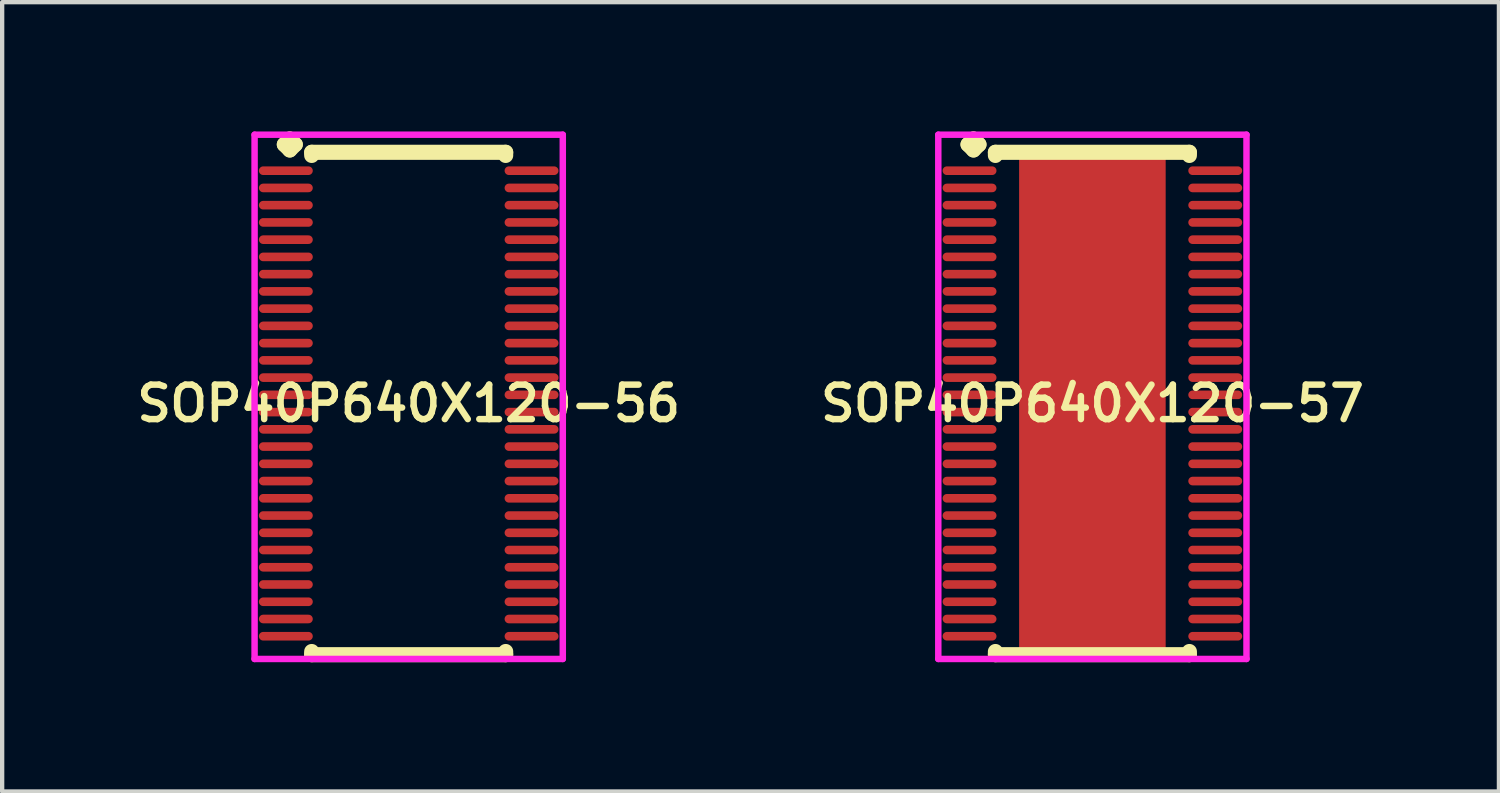
<source format=kicad_pcb>
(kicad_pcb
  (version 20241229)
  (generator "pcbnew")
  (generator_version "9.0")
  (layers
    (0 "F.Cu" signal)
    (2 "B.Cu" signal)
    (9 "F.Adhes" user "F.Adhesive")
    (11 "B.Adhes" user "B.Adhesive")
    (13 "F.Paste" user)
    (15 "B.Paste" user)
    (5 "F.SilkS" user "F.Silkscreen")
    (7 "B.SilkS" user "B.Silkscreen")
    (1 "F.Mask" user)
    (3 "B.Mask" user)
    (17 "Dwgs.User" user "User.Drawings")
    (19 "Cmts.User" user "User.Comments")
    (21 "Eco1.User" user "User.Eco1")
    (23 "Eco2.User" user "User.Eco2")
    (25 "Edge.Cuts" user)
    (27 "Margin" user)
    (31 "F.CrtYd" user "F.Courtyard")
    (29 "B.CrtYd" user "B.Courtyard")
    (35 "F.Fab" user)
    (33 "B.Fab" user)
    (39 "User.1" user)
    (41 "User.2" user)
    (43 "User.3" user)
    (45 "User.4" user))
  (footprint "SOP40P640X120-57"
    (layer "F.Cu")
    (at 22.292 6.31)
    (property "Reference" "SOP40P640X120-57" (at 0 0 0) (layer "F.SilkS") (effects (font (size 0.8 0.8) (thickness 0.15))))
    (attr through_hole)
    (fp_line (start -2.885 -6.008) (end -2.758 -6.135) (stroke (width 0.35) (type solid)) (layer "F.SilkS"))
    (fp_line (start -2.758 -6.135) (end -2.631 -6.008) (stroke (width 0.35) (type solid)) (layer "F.SilkS"))
    (fp_line (start -2.758 -5.881) (end -2.885 -6.008) (stroke (width 0.35) (type solid)) (layer "F.SilkS"))
    (fp_line (start -2.631 -6.008) (end -2.758 -5.881) (stroke (width 0.35) (type solid)) (layer "F.SilkS"))
    (fp_line (start -2.25 -5.827) (end 2.25 -5.827) (stroke (width 0.35) (type solid)) (layer "F.SilkS"))
    (fp_line (start -2.25 -5.754) (end -2.25 -5.827) (stroke (width 0.35) (type solid)) (layer "F.SilkS"))
    (fp_line (start -2.25 5.754) (end -2.25 5.827) (stroke (width 0.35) (type solid)) (layer "F.SilkS"))
    (fp_line (start -2.25 5.827) (end 2.25 5.827) (stroke (width 0.35) (type solid)) (layer "F.SilkS"))
    (fp_line (start 2.25 -5.827) (end 2.25 -5.754) (stroke (width 0.35) (type solid)) (layer "F.SilkS"))
    (fp_line (start 2.25 5.827) (end 2.25 5.754) (stroke (width 0.35) (type solid)) (layer "F.SilkS"))
    (fp_line (start -3.575 -6.235) (end 3.575 -6.235) (stroke (width 0.15) (type solid)) (layer "F.CrtYd"))
    (fp_line (start -3.575 5.927) (end -3.575 -6.235) (stroke (width 0.15) (type solid)) (layer "F.CrtYd"))
    (fp_line (start 3.575 -6.235) (end 3.575 5.927) (stroke (width 0.15) (type solid)) (layer "F.CrtYd"))
    (fp_line (start 3.575 5.927) (end -3.575 5.927) (stroke (width 0.15) (type solid)) (layer "F.CrtYd"))
    (pad "1" smd oval (at -2.85 -5.4) (size 1.25 0.2) (layers "F.Cu" "F.Mask" "F.Paste"))
    (pad "2" smd oval (at -2.85 -5) (size 1.25 0.2) (layers "F.Cu" "F.Mask" "F.Paste"))
    (pad "3" smd oval (at -2.85 -4.6) (size 1.25 0.2) (layers "F.Cu" "F.Mask" "F.Paste"))
    (pad "4" smd oval (at -2.85 -4.2) (size 1.25 0.2) (layers "F.Cu" "F.Mask" "F.Paste"))
    (pad "5" smd oval (at -2.85 -3.8) (size 1.25 0.2) (layers "F.Cu" "F.Mask" "F.Paste"))
    (pad "6" smd oval (at -2.85 -3.4) (size 1.25 0.2) (layers "F.Cu" "F.Mask" "F.Paste"))
    (pad "7" smd oval (at -2.85 -3) (size 1.25 0.2) (layers "F.Cu" "F.Mask" "F.Paste"))
    (pad "8" smd oval (at -2.85 -2.6) (size 1.25 0.2) (layers "F.Cu" "F.Mask" "F.Paste"))
    (pad "9" smd oval (at -2.85 -2.2) (size 1.25 0.2) (layers "F.Cu" "F.Mask" "F.Paste"))
    (pad "10" smd oval (at -2.85 -1.8) (size 1.25 0.2) (layers "F.Cu" "F.Mask" "F.Paste"))
    (pad "11" smd oval (at -2.85 -1.4) (size 1.25 0.2) (layers "F.Cu" "F.Mask" "F.Paste"))
    (pad "12" smd oval (at -2.85 -1) (size 1.25 0.2) (layers "F.Cu" "F.Mask" "F.Paste"))
    (pad "13" smd oval (at -2.85 -0.6) (size 1.25 0.2) (layers "F.Cu" "F.Mask" "F.Paste"))
    (pad "14" smd oval (at -2.85 -0.2) (size 1.25 0.2) (layers "F.Cu" "F.Mask" "F.Paste"))
    (pad "15" smd oval (at -2.85 0.2) (size 1.25 0.2) (layers "F.Cu" "F.Mask" "F.Paste"))
    (pad "16" smd oval (at -2.85 0.6) (size 1.25 0.2) (layers "F.Cu" "F.Mask" "F.Paste"))
    (pad "17" smd oval (at -2.85 1) (size 1.25 0.2) (layers "F.Cu" "F.Mask" "F.Paste"))
    (pad "18" smd oval (at -2.85 1.4) (size 1.25 0.2) (layers "F.Cu" "F.Mask" "F.Paste"))
    (pad "19" smd oval (at -2.85 1.8) (size 1.25 0.2) (layers "F.Cu" "F.Mask" "F.Paste"))
    (pad "20" smd oval (at -2.85 2.2) (size 1.25 0.2) (layers "F.Cu" "F.Mask" "F.Paste"))
    (pad "21" smd oval (at -2.85 2.6) (size 1.25 0.2) (layers "F.Cu" "F.Mask" "F.Paste"))
    (pad "22" smd oval (at -2.85 3) (size 1.25 0.2) (layers "F.Cu" "F.Mask" "F.Paste"))
    (pad "23" smd oval (at -2.85 3.4) (size 1.25 0.2) (layers "F.Cu" "F.Mask" "F.Paste"))
    (pad "24" smd oval (at -2.85 3.8) (size 1.25 0.2) (layers "F.Cu" "F.Mask" "F.Paste"))
    (pad "25" smd oval (at -2.85 4.2) (size 1.25 0.2) (layers "F.Cu" "F.Mask" "F.Paste"))
    (pad "26" smd oval (at -2.85 4.6) (size 1.25 0.2) (layers "F.Cu" "F.Mask" "F.Paste"))
    (pad "27" smd oval (at -2.85 5) (size 1.25 0.2) (layers "F.Cu" "F.Mask" "F.Paste"))
    (pad "28" smd oval (at -2.85 5.4) (size 1.25 0.2) (layers "F.Cu" "F.Mask" "F.Paste"))
    (pad "29" smd oval (at 2.85 5.4) (size 1.25 0.2) (layers "F.Cu" "F.Mask" "F.Paste"))
    (pad "30" smd oval (at 2.85 5) (size 1.25 0.2) (layers "F.Cu" "F.Mask" "F.Paste"))
    (pad "31" smd oval (at 2.85 4.6) (size 1.25 0.2) (layers "F.Cu" "F.Mask" "F.Paste"))
    (pad "32" smd oval (at 2.85 4.2) (size 1.25 0.2) (layers "F.Cu" "F.Mask" "F.Paste"))
    (pad "33" smd oval (at 2.85 3.8) (size 1.25 0.2) (layers "F.Cu" "F.Mask" "F.Paste"))
    (pad "34" smd oval (at 2.85 3.4) (size 1.25 0.2) (layers "F.Cu" "F.Mask" "F.Paste"))
    (pad "35" smd oval (at 2.85 3) (size 1.25 0.2) (layers "F.Cu" "F.Mask" "F.Paste"))
    (pad "36" smd oval (at 2.85 2.6) (size 1.25 0.2) (layers "F.Cu" "F.Mask" "F.Paste"))
    (pad "37" smd oval (at 2.85 2.2) (size 1.25 0.2) (layers "F.Cu" "F.Mask" "F.Paste"))
    (pad "38" smd oval (at 2.85 1.8) (size 1.25 0.2) (layers "F.Cu" "F.Mask" "F.Paste"))
    (pad "39" smd oval (at 2.85 1.4) (size 1.25 0.2) (layers "F.Cu" "F.Mask" "F.Paste"))
    (pad "40" smd oval (at 2.85 1) (size 1.25 0.2) (layers "F.Cu" "F.Mask" "F.Paste"))
    (pad "41" smd oval (at 2.85 0.6) (size 1.25 0.2) (layers "F.Cu" "F.Mask" "F.Paste"))
    (pad "42" smd oval (at 2.85 0.2) (size 1.25 0.2) (layers "F.Cu" "F.Mask" "F.Paste"))
    (pad "43" smd oval (at 2.85 -0.2) (size 1.25 0.2) (layers "F.Cu" "F.Mask" "F.Paste"))
    (pad "44" smd oval (at 2.85 -0.6) (size 1.25 0.2) (layers "F.Cu" "F.Mask" "F.Paste"))
    (pad "45" smd oval (at 2.85 -1) (size 1.25 0.2) (layers "F.Cu" "F.Mask" "F.Paste"))
    (pad "46" smd oval (at 2.85 -1.4) (size 1.25 0.2) (layers "F.Cu" "F.Mask" "F.Paste"))
    (pad "47" smd oval (at 2.85 -1.8) (size 1.25 0.2) (layers "F.Cu" "F.Mask" "F.Paste"))
    (pad "48" smd oval (at 2.85 -2.2) (size 1.25 0.2) (layers "F.Cu" "F.Mask" "F.Paste"))
    (pad "49" smd oval (at 2.85 -2.6) (size 1.25 0.2) (layers "F.Cu" "F.Mask" "F.Paste"))
    (pad "50" smd oval (at 2.85 -3) (size 1.25 0.2) (layers "F.Cu" "F.Mask" "F.Paste"))
    (pad "51" smd oval (at 2.85 -3.4) (size 1.25 0.2) (layers "F.Cu" "F.Mask" "F.Paste"))
    (pad "52" smd oval (at 2.85 -3.8) (size 1.25 0.2) (layers "F.Cu" "F.Mask" "F.Paste"))
    (pad "53" smd oval (at 2.85 -4.2) (size 1.25 0.2) (layers "F.Cu" "F.Mask" "F.Paste"))
    (pad "54" smd oval (at 2.85 -4.6) (size 1.25 0.2) (layers "F.Cu" "F.Mask" "F.Paste"))
    (pad "55" smd oval (at 2.85 -5) (size 1.25 0.2) (layers "F.Cu" "F.Mask" "F.Paste"))
    (pad "56" smd oval (at 2.85 -5.4) (size 1.25 0.2) (layers "F.Cu" "F.Mask" "F.Paste"))
    (pad "57" smd rect (at 0 0) (size 3.4 11.4) (layers "F.Cu" "F.Mask" "F.Paste")))
  (footprint "SOP40P640X120-56"
    (layer "F.Cu")
    (at 6.431 6.31)
    (property "Reference" "SOP40P640X120-56" (at 0 0 0) (layer "F.SilkS") (effects (font (size 0.8 0.8) (thickness 0.15))))
    (attr smd)
    (fp_line (start -2.885 -6.008) (end -2.758 -6.135) (stroke (width 0.35) (type solid)) (layer "F.SilkS"))
    (fp_line (start -2.758 -6.135) (end -2.631 -6.008) (stroke (width 0.35) (type solid)) (layer "F.SilkS"))
    (fp_line (start -2.758 -5.881) (end -2.885 -6.008) (stroke (width 0.35) (type solid)) (layer "F.SilkS"))
    (fp_line (start -2.631 -6.008) (end -2.758 -5.881) (stroke (width 0.35) (type solid)) (layer "F.SilkS"))
    (fp_line (start -2.25 -5.827) (end 2.25 -5.827) (stroke (width 0.35) (type solid)) (layer "F.SilkS"))
    (fp_line (start -2.25 -5.754) (end -2.25 -5.827) (stroke (width 0.35) (type solid)) (layer "F.SilkS"))
    (fp_line (start -2.25 5.754) (end -2.25 5.827) (stroke (width 0.35) (type solid)) (layer "F.SilkS"))
    (fp_line (start -2.25 5.827) (end 2.25 5.827) (stroke (width 0.35) (type solid)) (layer "F.SilkS"))
    (fp_line (start 2.25 -5.827) (end 2.25 -5.754) (stroke (width 0.35) (type solid)) (layer "F.SilkS"))
    (fp_line (start 2.25 5.827) (end 2.25 5.754) (stroke (width 0.35) (type solid)) (layer "F.SilkS"))
    (fp_line (start -3.575 -6.235) (end 3.575 -6.235) (stroke (width 0.15) (type solid)) (layer "F.CrtYd"))
    (fp_line (start -3.575 5.927) (end -3.575 -6.235) (stroke (width 0.15) (type solid)) (layer "F.CrtYd"))
    (fp_line (start 3.575 -6.235) (end 3.575 5.927) (stroke (width 0.15) (type solid)) (layer "F.CrtYd"))
    (fp_line (start 3.575 5.927) (end -3.575 5.927) (stroke (width 0.15) (type solid)) (layer "F.CrtYd"))
    (pad "1" smd oval (at -2.85 -5.4) (size 1.25 0.2) (layers "F.Cu" "F.Mask" "F.Paste"))
    (pad "2" smd oval (at -2.85 -5) (size 1.25 0.2) (layers "F.Cu" "F.Mask" "F.Paste"))
    (pad "3" smd oval (at -2.85 -4.6) (size 1.25 0.2) (layers "F.Cu" "F.Mask" "F.Paste"))
    (pad "4" smd oval (at -2.85 -4.2) (size 1.25 0.2) (layers "F.Cu" "F.Mask" "F.Paste"))
    (pad "5" smd oval (at -2.85 -3.8) (size 1.25 0.2) (layers "F.Cu" "F.Mask" "F.Paste"))
    (pad "6" smd oval (at -2.85 -3.4) (size 1.25 0.2) (layers "F.Cu" "F.Mask" "F.Paste"))
    (pad "7" smd oval (at -2.85 -3) (size 1.25 0.2) (layers "F.Cu" "F.Mask" "F.Paste"))
    (pad "8" smd oval (at -2.85 -2.6) (size 1.25 0.2) (layers "F.Cu" "F.Mask" "F.Paste"))
    (pad "9" smd oval (at -2.85 -2.2) (size 1.25 0.2) (layers "F.Cu" "F.Mask" "F.Paste"))
    (pad "10" smd oval (at -2.85 -1.8) (size 1.25 0.2) (layers "F.Cu" "F.Mask" "F.Paste"))
    (pad "11" smd oval (at -2.85 -1.4) (size 1.25 0.2) (layers "F.Cu" "F.Mask" "F.Paste"))
    (pad "12" smd oval (at -2.85 -1) (size 1.25 0.2) (layers "F.Cu" "F.Mask" "F.Paste"))
    (pad "13" smd oval (at -2.85 -0.6) (size 1.25 0.2) (layers "F.Cu" "F.Mask" "F.Paste"))
    (pad "14" smd oval (at -2.85 -0.2) (size 1.25 0.2) (layers "F.Cu" "F.Mask" "F.Paste"))
    (pad "15" smd oval (at -2.85 0.2) (size 1.25 0.2) (layers "F.Cu" "F.Mask" "F.Paste"))
    (pad "16" smd oval (at -2.85 0.6) (size 1.25 0.2) (layers "F.Cu" "F.Mask" "F.Paste"))
    (pad "17" smd oval (at -2.85 1) (size 1.25 0.2) (layers "F.Cu" "F.Mask" "F.Paste"))
    (pad "18" smd oval (at -2.85 1.4) (size 1.25 0.2) (layers "F.Cu" "F.Mask" "F.Paste"))
    (pad "19" smd oval (at -2.85 1.8) (size 1.25 0.2) (layers "F.Cu" "F.Mask" "F.Paste"))
    (pad "20" smd oval (at -2.85 2.2) (size 1.25 0.2) (layers "F.Cu" "F.Mask" "F.Paste"))
    (pad "21" smd oval (at -2.85 2.6) (size 1.25 0.2) (layers "F.Cu" "F.Mask" "F.Paste"))
    (pad "22" smd oval (at -2.85 3) (size 1.25 0.2) (layers "F.Cu" "F.Mask" "F.Paste"))
    (pad "23" smd oval (at -2.85 3.4) (size 1.25 0.2) (layers "F.Cu" "F.Mask" "F.Paste"))
    (pad "24" smd oval (at -2.85 3.8) (size 1.25 0.2) (layers "F.Cu" "F.Mask" "F.Paste"))
    (pad "25" smd oval (at -2.85 4.2) (size 1.25 0.2) (layers "F.Cu" "F.Mask" "F.Paste"))
    (pad "26" smd oval (at -2.85 4.6) (size 1.25 0.2) (layers "F.Cu" "F.Mask" "F.Paste"))
    (pad "27" smd oval (at -2.85 5) (size 1.25 0.2) (layers "F.Cu" "F.Mask" "F.Paste"))
    (pad "28" smd oval (at -2.85 5.4) (size 1.25 0.2) (layers "F.Cu" "F.Mask" "F.Paste"))
    (pad "29" smd oval (at 2.85 5.4) (size 1.25 0.2) (layers "F.Cu" "F.Mask" "F.Paste"))
    (pad "30" smd oval (at 2.85 5) (size 1.25 0.2) (layers "F.Cu" "F.Mask" "F.Paste"))
    (pad "31" smd oval (at 2.85 4.6) (size 1.25 0.2) (layers "F.Cu" "F.Mask" "F.Paste"))
    (pad "32" smd oval (at 2.85 4.2) (size 1.25 0.2) (layers "F.Cu" "F.Mask" "F.Paste"))
    (pad "33" smd oval (at 2.85 3.8) (size 1.25 0.2) (layers "F.Cu" "F.Mask" "F.Paste"))
    (pad "34" smd oval (at 2.85 3.4) (size 1.25 0.2) (layers "F.Cu" "F.Mask" "F.Paste"))
    (pad "35" smd oval (at 2.85 3) (size 1.25 0.2) (layers "F.Cu" "F.Mask" "F.Paste"))
    (pad "36" smd oval (at 2.85 2.6) (size 1.25 0.2) (layers "F.Cu" "F.Mask" "F.Paste"))
    (pad "37" smd oval (at 2.85 2.2) (size 1.25 0.2) (layers "F.Cu" "F.Mask" "F.Paste"))
    (pad "38" smd oval (at 2.85 1.8) (size 1.25 0.2) (layers "F.Cu" "F.Mask" "F.Paste"))
    (pad "39" smd oval (at 2.85 1.4) (size 1.25 0.2) (layers "F.Cu" "F.Mask" "F.Paste"))
    (pad "40" smd oval (at 2.85 1) (size 1.25 0.2) (layers "F.Cu" "F.Mask" "F.Paste"))
    (pad "41" smd oval (at 2.85 0.6) (size 1.25 0.2) (layers "F.Cu" "F.Mask" "F.Paste"))
    (pad "42" smd oval (at 2.85 0.2) (size 1.25 0.2) (layers "F.Cu" "F.Mask" "F.Paste"))
    (pad "43" smd oval (at 2.85 -0.2) (size 1.25 0.2) (layers "F.Cu" "F.Mask" "F.Paste"))
    (pad "44" smd oval (at 2.85 -0.6) (size 1.25 0.2) (layers "F.Cu" "F.Mask" "F.Paste"))
    (pad "45" smd oval (at 2.85 -1) (size 1.25 0.2) (layers "F.Cu" "F.Mask" "F.Paste"))
    (pad "46" smd oval (at 2.85 -1.4) (size 1.25 0.2) (layers "F.Cu" "F.Mask" "F.Paste"))
    (pad "47" smd oval (at 2.85 -1.8) (size 1.25 0.2) (layers "F.Cu" "F.Mask" "F.Paste"))
    (pad "48" smd oval (at 2.85 -2.2) (size 1.25 0.2) (layers "F.Cu" "F.Mask" "F.Paste"))
    (pad "49" smd oval (at 2.85 -2.6) (size 1.25 0.2) (layers "F.Cu" "F.Mask" "F.Paste"))
    (pad "50" smd oval (at 2.85 -3) (size 1.25 0.2) (layers "F.Cu" "F.Mask" "F.Paste"))
    (pad "51" smd oval (at 2.85 -3.4) (size 1.25 0.2) (layers "F.Cu" "F.Mask" "F.Paste"))
    (pad "52" smd oval (at 2.85 -3.8) (size 1.25 0.2) (layers "F.Cu" "F.Mask" "F.Paste"))
    (pad "53" smd oval (at 2.85 -4.2) (size 1.25 0.2) (layers "F.Cu" "F.Mask" "F.Paste"))
    (pad "54" smd oval (at 2.85 -4.6) (size 1.25 0.2) (layers "F.Cu" "F.Mask" "F.Paste"))
    (pad "55" smd oval (at 2.85 -5) (size 1.25 0.2) (layers "F.Cu" "F.Mask" "F.Paste"))
    (pad "56" smd oval (at 2.85 -5.4) (size 1.25 0.2) (layers "F.Cu" "F.Mask" "F.Paste")))
  (gr_rect
    (start -3 -3)
    (end 31.723 15.312)
    (stroke (width 0.1) (type default))
    (fill no)
    (layer "Edge.Cuts")))
</source>
